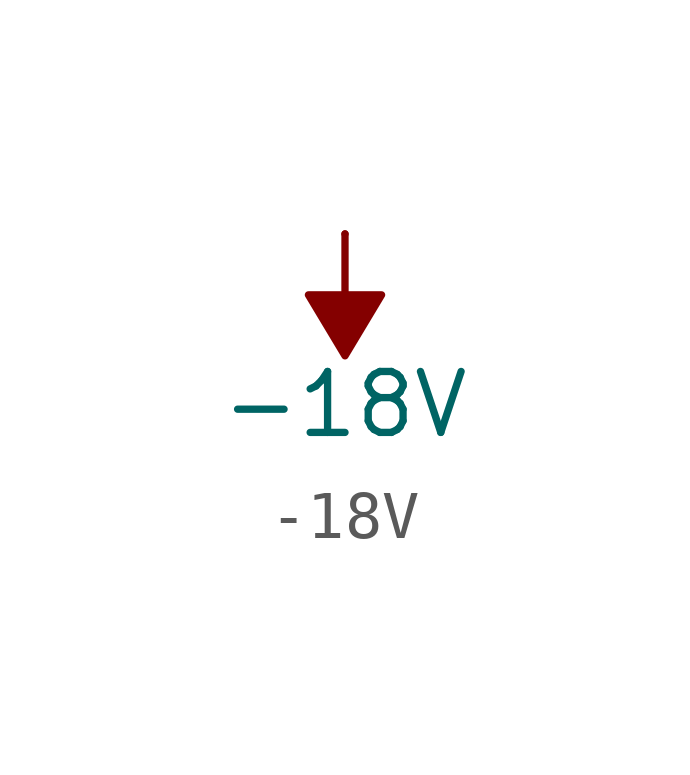
<source format=kicad_sym>
(kicad_symbol_lib
  (version 20241209)
  (generator "kicad_symbol_editor")
  (generator_version "9.0")
  (symbol "-18V"
    (power)
    (pin_numbers
      (hide yes))
    (pin_names
      (offset 0)
      (hide yes))
    (property "Reference" "#PWR"
      (at 0 3.81 0)
      (effects (font (size 1.27 1.27)) (hide yes)))
    (property "Value" "-18V"
      (at 0 -3.556 0)
      (do_not_autoplace)
      (effects (font (size 1.27 1.27))))
    (symbol "-18V_0_0"
      (pin power_in line (at 0 0 270) (length 0) (name "~" (effects (font (size 1.27 1.27)))) (number "1" (effects (font (size 1.27 1.27))))))
    (symbol "-18V_0_1"
      (polyline (pts (xy 0 0) (xy 0 -1.27) (xy -0.762 -1.27) (xy 0 -2.54) (xy 0.762 -1.27) (xy 0 -1.27)) (stroke (width 0) (type default)) (fill (type outline))))))
</source>
